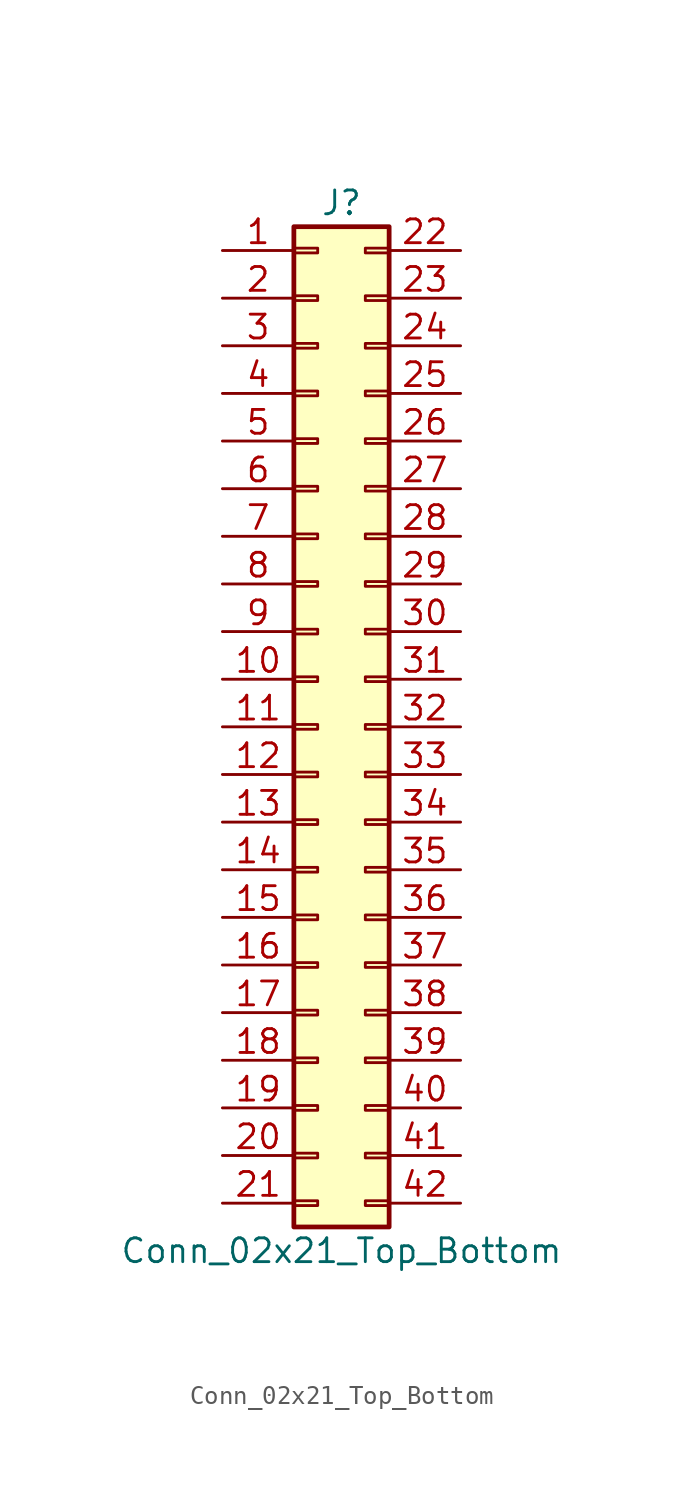
<source format=kicad_sym>
(kicad_symbol_lib
  (version 20220914)
  (generator kicad_symbol_editor)
  (symbol "Conn_02x21_Top_Bottom"
    (pin_names
      (offset 1.016) hide)
    (property "Reference" "J"
      (at 1.27 27.94 0)
      (effects (font (size 1.27 1.27))))
    (property "Value" "Conn_02x21_Top_Bottom"
      (at 1.27 -27.94 0)
      (effects (font (size 1.27 1.27))))
    (symbol "Conn_02x21_Top_Bottom_1_1"
      (rectangle (start -1.27 -25.273) (end 0 -25.527) (stroke (width 0.152) (type default)) (fill (type none)))
      (rectangle (start -1.27 -22.733) (end 0 -22.987) (stroke (width 0.152) (type default)) (fill (type none)))
      (rectangle (start -1.27 -20.193) (end 0 -20.447) (stroke (width 0.152) (type default)) (fill (type none)))
      (rectangle (start -1.27 -17.653) (end 0 -17.907) (stroke (width 0.152) (type default)) (fill (type none)))
      (rectangle (start -1.27 -15.113) (end 0 -15.367) (stroke (width 0.152) (type default)) (fill (type none)))
      (rectangle (start -1.27 -12.573) (end 0 -12.827) (stroke (width 0.152) (type default)) (fill (type none)))
      (rectangle (start -1.27 -10.033) (end 0 -10.287) (stroke (width 0.152) (type default)) (fill (type none)))
      (rectangle (start -1.27 -7.493) (end 0 -7.747) (stroke (width 0.152) (type default)) (fill (type none)))
      (rectangle (start -1.27 -4.953) (end 0 -5.207) (stroke (width 0.152) (type default)) (fill (type none)))
      (rectangle (start -1.27 -2.413) (end 0 -2.667) (stroke (width 0.152) (type default)) (fill (type none)))
      (rectangle (start -1.27 0.127) (end 0 -0.127) (stroke (width 0.152) (type default)) (fill (type none)))
      (rectangle (start -1.27 2.667) (end 0 2.413) (stroke (width 0.152) (type default)) (fill (type none)))
      (rectangle (start -1.27 5.207) (end 0 4.953) (stroke (width 0.152) (type default)) (fill (type none)))
      (rectangle (start -1.27 7.747) (end 0 7.493) (stroke (width 0.152) (type default)) (fill (type none)))
      (rectangle (start -1.27 10.287) (end 0 10.033) (stroke (width 0.152) (type default)) (fill (type none)))
      (rectangle (start -1.27 12.827) (end 0 12.573) (stroke (width 0.152) (type default)) (fill (type none)))
      (rectangle (start -1.27 15.367) (end 0 15.113) (stroke (width 0.152) (type default)) (fill (type none)))
      (rectangle (start -1.27 17.907) (end 0 17.653) (stroke (width 0.152) (type default)) (fill (type none)))
      (rectangle (start -1.27 20.447) (end 0 20.193) (stroke (width 0.152) (type default)) (fill (type none)))
      (rectangle (start -1.27 22.987) (end 0 22.733) (stroke (width 0.152) (type default)) (fill (type none)))
      (rectangle (start -1.27 25.527) (end 0 25.273) (stroke (width 0.152) (type default)) (fill (type none)))
      (rectangle (start -1.27 26.67) (end 3.81 -26.67) (stroke (width 0.254) (type default)) (fill (type background)))
      (rectangle (start 3.81 -25.273) (end 2.54 -25.527) (stroke (width 0.152) (type default)) (fill (type none)))
      (rectangle (start 3.81 -22.733) (end 2.54 -22.987) (stroke (width 0.152) (type default)) (fill (type none)))
      (rectangle (start 3.81 -20.193) (end 2.54 -20.447) (stroke (width 0.152) (type default)) (fill (type none)))
      (rectangle (start 3.81 -17.653) (end 2.54 -17.907) (stroke (width 0.152) (type default)) (fill (type none)))
      (rectangle (start 3.81 -15.113) (end 2.54 -15.367) (stroke (width 0.152) (type default)) (fill (type none)))
      (rectangle (start 3.81 -12.573) (end 2.54 -12.827) (stroke (width 0.152) (type default)) (fill (type none)))
      (rectangle (start 3.81 -10.033) (end 2.54 -10.287) (stroke (width 0.152) (type default)) (fill (type none)))
      (rectangle (start 3.81 -7.493) (end 2.54 -7.747) (stroke (width 0.152) (type default)) (fill (type none)))
      (rectangle (start 3.81 -4.953) (end 2.54 -5.207) (stroke (width 0.152) (type default)) (fill (type none)))
      (rectangle (start 3.81 -2.413) (end 2.54 -2.667) (stroke (width 0.152) (type default)) (fill (type none)))
      (rectangle (start 3.81 0.127) (end 2.54 -0.127) (stroke (width 0.152) (type default)) (fill (type none)))
      (rectangle (start 3.81 2.667) (end 2.54 2.413) (stroke (width 0.152) (type default)) (fill (type none)))
      (rectangle (start 3.81 5.207) (end 2.54 4.953) (stroke (width 0.152) (type default)) (fill (type none)))
      (rectangle (start 3.81 7.747) (end 2.54 7.493) (stroke (width 0.152) (type default)) (fill (type none)))
      (rectangle (start 3.81 10.287) (end 2.54 10.033) (stroke (width 0.152) (type default)) (fill (type none)))
      (rectangle (start 3.81 12.827) (end 2.54 12.573) (stroke (width 0.152) (type default)) (fill (type none)))
      (rectangle (start 3.81 15.367) (end 2.54 15.113) (stroke (width 0.152) (type default)) (fill (type none)))
      (rectangle (start 3.81 17.907) (end 2.54 17.653) (stroke (width 0.152) (type default)) (fill (type none)))
      (rectangle (start 3.81 20.447) (end 2.54 20.193) (stroke (width 0.152) (type default)) (fill (type none)))
      (rectangle (start 3.81 22.987) (end 2.54 22.733) (stroke (width 0.152) (type default)) (fill (type none)))
      (rectangle (start 3.81 25.527) (end 2.54 25.273) (stroke (width 0.152) (type default)) (fill (type none)))
      (pin passive line (at -5.08 25.4 0) (length 3.81) (name "Pin_1" (effects (font (size 1.27 1.27)))) (number "1" (effects (font (size 1.27 1.27)))))
      (pin passive line (at -5.08 2.54 0) (length 3.81) (name "Pin_10" (effects (font (size 1.27 1.27)))) (number "10" (effects (font (size 1.27 1.27)))))
      (pin passive line (at -5.08 0 0) (length 3.81) (name "Pin_11" (effects (font (size 1.27 1.27)))) (number "11" (effects (font (size 1.27 1.27)))))
      (pin passive line (at -5.08 -2.54 0) (length 3.81) (name "Pin_12" (effects (font (size 1.27 1.27)))) (number "12" (effects (font (size 1.27 1.27)))))
      (pin passive line (at -5.08 -5.08 0) (length 3.81) (name "Pin_13" (effects (font (size 1.27 1.27)))) (number "13" (effects (font (size 1.27 1.27)))))
      (pin passive line (at -5.08 -7.62 0) (length 3.81) (name "Pin_14" (effects (font (size 1.27 1.27)))) (number "14" (effects (font (size 1.27 1.27)))))
      (pin passive line (at -5.08 -10.16 0) (length 3.81) (name "Pin_15" (effects (font (size 1.27 1.27)))) (number "15" (effects (font (size 1.27 1.27)))))
      (pin passive line (at -5.08 -12.7 0) (length 3.81) (name "Pin_16" (effects (font (size 1.27 1.27)))) (number "16" (effects (font (size 1.27 1.27)))))
      (pin passive line (at -5.08 -15.24 0) (length 3.81) (name "Pin_17" (effects (font (size 1.27 1.27)))) (number "17" (effects (font (size 1.27 1.27)))))
      (pin passive line (at -5.08 -17.78 0) (length 3.81) (name "Pin_18" (effects (font (size 1.27 1.27)))) (number "18" (effects (font (size 1.27 1.27)))))
      (pin passive line (at -5.08 -20.32 0) (length 3.81) (name "Pin_19" (effects (font (size 1.27 1.27)))) (number "19" (effects (font (size 1.27 1.27)))))
      (pin passive line (at -5.08 22.86 0) (length 3.81) (name "Pin_2" (effects (font (size 1.27 1.27)))) (number "2" (effects (font (size 1.27 1.27)))))
      (pin passive line (at -5.08 -22.86 0) (length 3.81) (name "Pin_20" (effects (font (size 1.27 1.27)))) (number "20" (effects (font (size 1.27 1.27)))))
      (pin passive line (at -5.08 -25.4 0) (length 3.81) (name "Pin_21" (effects (font (size 1.27 1.27)))) (number "21" (effects (font (size 1.27 1.27)))))
      (pin passive line (at 7.62 25.4 180) (length 3.81) (name "Pin_22" (effects (font (size 1.27 1.27)))) (number "22" (effects (font (size 1.27 1.27)))))
      (pin passive line (at 7.62 22.86 180) (length 3.81) (name "Pin_23" (effects (font (size 1.27 1.27)))) (number "23" (effects (font (size 1.27 1.27)))))
      (pin passive line (at 7.62 20.32 180) (length 3.81) (name "Pin_24" (effects (font (size 1.27 1.27)))) (number "24" (effects (font (size 1.27 1.27)))))
      (pin passive line (at 7.62 17.78 180) (length 3.81) (name "Pin_25" (effects (font (size 1.27 1.27)))) (number "25" (effects (font (size 1.27 1.27)))))
      (pin passive line (at 7.62 15.24 180) (length 3.81) (name "Pin_26" (effects (font (size 1.27 1.27)))) (number "26" (effects (font (size 1.27 1.27)))))
      (pin passive line (at 7.62 12.7 180) (length 3.81) (name "Pin_27" (effects (font (size 1.27 1.27)))) (number "27" (effects (font (size 1.27 1.27)))))
      (pin passive line (at 7.62 10.16 180) (length 3.81) (name "Pin_28" (effects (font (size 1.27 1.27)))) (number "28" (effects (font (size 1.27 1.27)))))
      (pin passive line (at 7.62 7.62 180) (length 3.81) (name "Pin_29" (effects (font (size 1.27 1.27)))) (number "29" (effects (font (size 1.27 1.27)))))
      (pin passive line (at -5.08 20.32 0) (length 3.81) (name "Pin_3" (effects (font (size 1.27 1.27)))) (number "3" (effects (font (size 1.27 1.27)))))
      (pin passive line (at 7.62 5.08 180) (length 3.81) (name "Pin_30" (effects (font (size 1.27 1.27)))) (number "30" (effects (font (size 1.27 1.27)))))
      (pin passive line (at 7.62 2.54 180) (length 3.81) (name "Pin_31" (effects (font (size 1.27 1.27)))) (number "31" (effects (font (size 1.27 1.27)))))
      (pin passive line (at 7.62 0 180) (length 3.81) (name "Pin_32" (effects (font (size 1.27 1.27)))) (number "32" (effects (font (size 1.27 1.27)))))
      (pin passive line (at 7.62 -2.54 180) (length 3.81) (name "Pin_33" (effects (font (size 1.27 1.27)))) (number "33" (effects (font (size 1.27 1.27)))))
      (pin passive line (at 7.62 -5.08 180) (length 3.81) (name "Pin_34" (effects (font (size 1.27 1.27)))) (number "34" (effects (font (size 1.27 1.27)))))
      (pin passive line (at 7.62 -7.62 180) (length 3.81) (name "Pin_35" (effects (font (size 1.27 1.27)))) (number "35" (effects (font (size 1.27 1.27)))))
      (pin passive line (at 7.62 -10.16 180) (length 3.81) (name "Pin_36" (effects (font (size 1.27 1.27)))) (number "36" (effects (font (size 1.27 1.27)))))
      (pin passive line (at 7.62 -12.7 180) (length 3.81) (name "Pin_37" (effects (font (size 1.27 1.27)))) (number "37" (effects (font (size 1.27 1.27)))))
      (pin passive line (at 7.62 -15.24 180) (length 3.81) (name "Pin_38" (effects (font (size 1.27 1.27)))) (number "38" (effects (font (size 1.27 1.27)))))
      (pin passive line (at 7.62 -17.78 180) (length 3.81) (name "Pin_39" (effects (font (size 1.27 1.27)))) (number "39" (effects (font (size 1.27 1.27)))))
      (pin passive line (at -5.08 17.78 0) (length 3.81) (name "Pin_4" (effects (font (size 1.27 1.27)))) (number "4" (effects (font (size 1.27 1.27)))))
      (pin passive line (at 7.62 -20.32 180) (length 3.81) (name "Pin_40" (effects (font (size 1.27 1.27)))) (number "40" (effects (font (size 1.27 1.27)))))
      (pin passive line (at 7.62 -22.86 180) (length 3.81) (name "Pin_41" (effects (font (size 1.27 1.27)))) (number "41" (effects (font (size 1.27 1.27)))))
      (pin passive line (at 7.62 -25.4 180) (length 3.81) (name "Pin_42" (effects (font (size 1.27 1.27)))) (number "42" (effects (font (size 1.27 1.27)))))
      (pin passive line (at -5.08 15.24 0) (length 3.81) (name "Pin_5" (effects (font (size 1.27 1.27)))) (number "5" (effects (font (size 1.27 1.27)))))
      (pin passive line (at -5.08 12.7 0) (length 3.81) (name "Pin_6" (effects (font (size 1.27 1.27)))) (number "6" (effects (font (size 1.27 1.27)))))
      (pin passive line (at -5.08 10.16 0) (length 3.81) (name "Pin_7" (effects (font (size 1.27 1.27)))) (number "7" (effects (font (size 1.27 1.27)))))
      (pin passive line (at -5.08 7.62 0) (length 3.81) (name "Pin_8" (effects (font (size 1.27 1.27)))) (number "8" (effects (font (size 1.27 1.27)))))
      (pin passive line (at -5.08 5.08 0) (length 3.81) (name "Pin_9" (effects (font (size 1.27 1.27)))) (number "9" (effects (font (size 1.27 1.27))))))))
</source>
